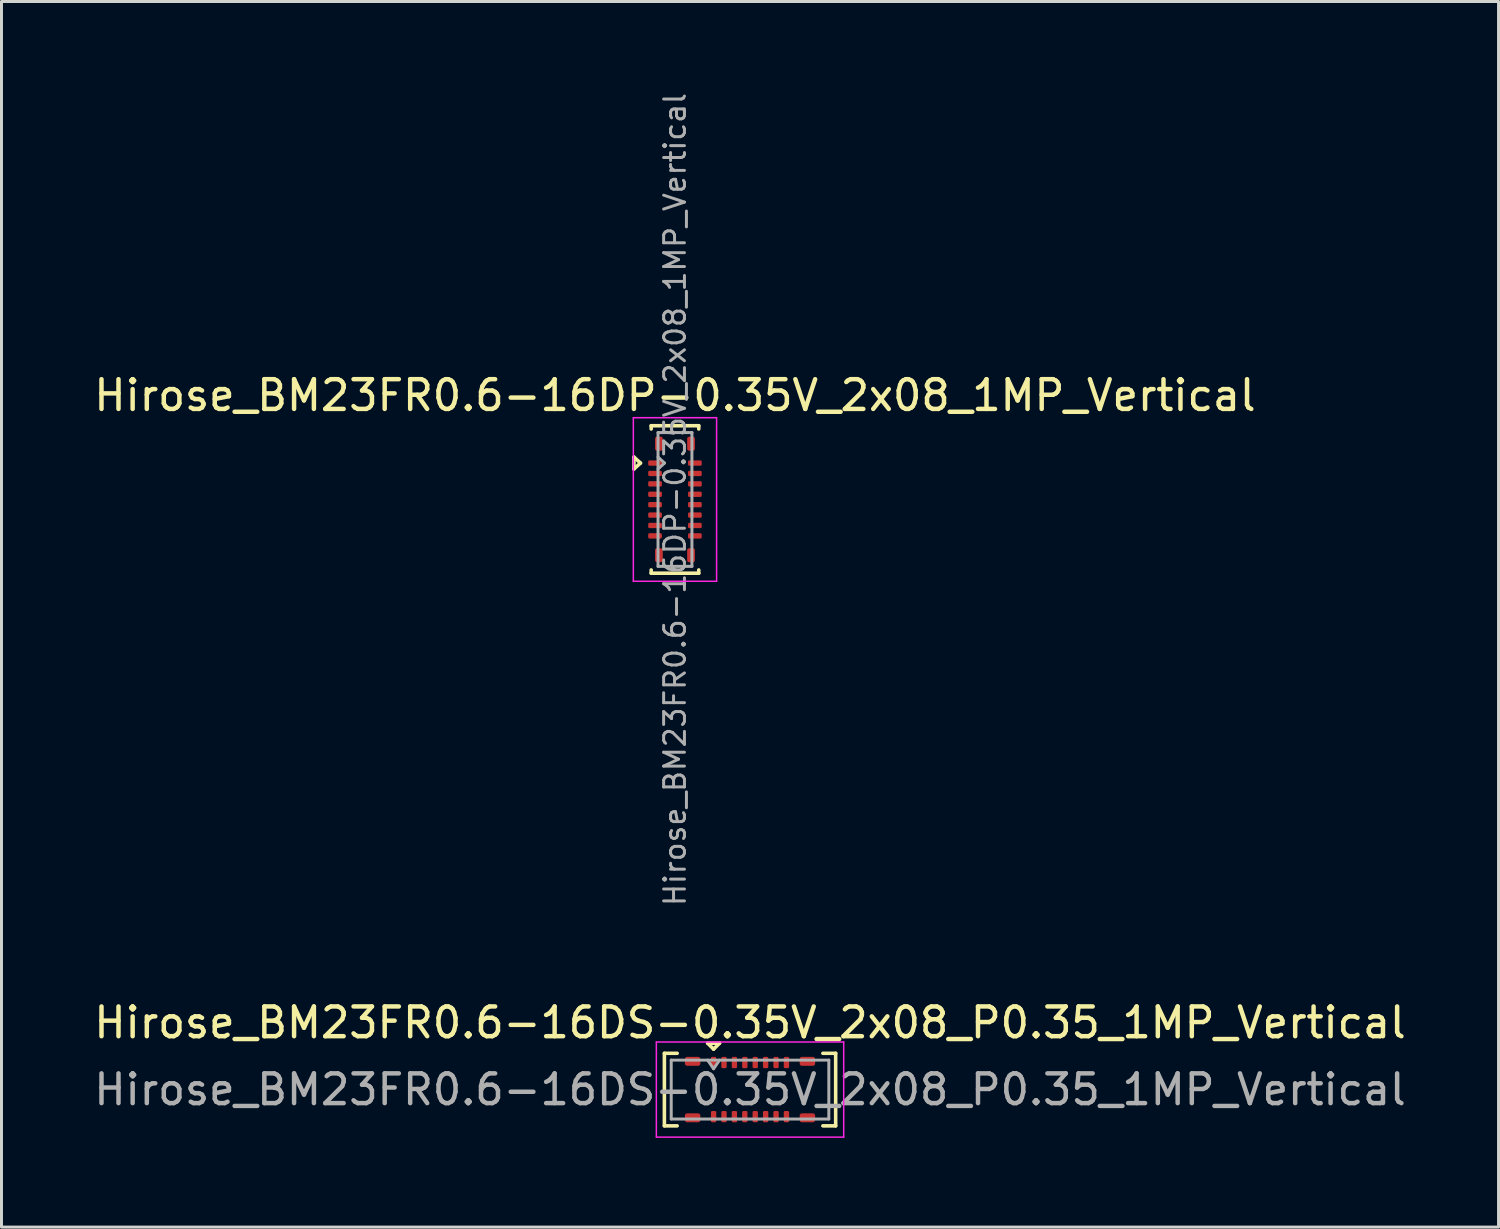
<source format=kicad_pcb>
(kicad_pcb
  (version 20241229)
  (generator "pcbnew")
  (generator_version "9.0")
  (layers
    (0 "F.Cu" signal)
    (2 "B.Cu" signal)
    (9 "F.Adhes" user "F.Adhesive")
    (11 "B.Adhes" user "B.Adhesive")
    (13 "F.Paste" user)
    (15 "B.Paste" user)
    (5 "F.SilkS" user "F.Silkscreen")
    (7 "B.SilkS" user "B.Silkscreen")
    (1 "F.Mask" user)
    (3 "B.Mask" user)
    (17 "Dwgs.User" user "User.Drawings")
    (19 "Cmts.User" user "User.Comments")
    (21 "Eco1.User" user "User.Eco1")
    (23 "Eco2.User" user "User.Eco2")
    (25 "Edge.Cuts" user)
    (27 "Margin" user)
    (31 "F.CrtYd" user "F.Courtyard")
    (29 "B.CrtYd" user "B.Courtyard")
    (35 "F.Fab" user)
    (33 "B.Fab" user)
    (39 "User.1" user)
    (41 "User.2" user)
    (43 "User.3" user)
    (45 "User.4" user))
  (footprint "Hirose_BM23FR0.6-16DS-0.35V_2x08_P0.35_1MP_Vertical"
    (layer "F.Cu")
    (at 22.173 33.592)
    (property "Reference" "Hirose_BM23FR0.6-16DS-0.35V_2x08_P0.35_1MP_Vertical" (at 0 -2.25 0) (layer "F.SilkS") (effects (font (size 1 1) (thickness 0.15))))
    (attr smd)
    (fp_line (start -2.88 -1.22) (end -2.88 1.22) (stroke (width 0.12) (type solid)) (layer "F.SilkS"))
    (fp_line (start -2.88 1.22) (end -2.45 1.22) (stroke (width 0.12) (type solid)) (layer "F.SilkS"))
    (fp_line (start -2.45 -1.22) (end -2.88 -1.22) (stroke (width 0.12) (type solid)) (layer "F.SilkS"))
    (fp_line (start -1.425 -1.56) (end -1.225 -1.36) (stroke (width 0.12) (type solid)) (layer "F.SilkS"))
    (fp_line (start -1.425 -1.56) (end -1.025 -1.56) (stroke (width 0.12) (type solid)) (layer "F.SilkS"))
    (fp_line (start -1.225 -1.36) (end -1.025 -1.56) (stroke (width 0.12) (type solid)) (layer "F.SilkS"))
    (fp_line (start 2.45 -1.22) (end 2.88 -1.22) (stroke (width 0.12) (type solid)) (layer "F.SilkS"))
    (fp_line (start 2.88 -1.22) (end 2.88 1.22) (stroke (width 0.12) (type solid)) (layer "F.SilkS"))
    (fp_line (start 2.88 1.22) (end 2.45 1.22) (stroke (width 0.12) (type solid)) (layer "F.SilkS"))
    (fp_line (start -3.15 -1.6) (end 3.15 -1.6) (stroke (width 0.05) (type solid)) (layer "F.CrtYd"))
    (fp_line (start -3.15 1.6) (end -3.15 -1.6) (stroke (width 0.05) (type solid)) (layer "F.CrtYd"))
    (fp_line (start 3.15 -1.6) (end 3.15 1.6) (stroke (width 0.05) (type solid)) (layer "F.CrtYd"))
    (fp_line (start 3.15 1.6) (end -3.15 1.6) (stroke (width 0.05) (type solid)) (layer "F.CrtYd"))
    (fp_line (start -2.65 -0.99) (end 2.65 -0.99) (stroke (width 0.1) (type solid)) (layer "F.Fab"))
    (fp_line (start -2.65 0.99) (end -2.65 -0.99) (stroke (width 0.1) (type solid)) (layer "F.Fab"))
    (fp_line (start -1.425 -0.99) (end -1.225 -0.7) (stroke (width 0.1) (type solid)) (layer "F.Fab"))
    (fp_line (start -1.225 -0.7) (end -1.025 -0.99) (stroke (width 0.1) (type solid)) (layer "F.Fab"))
    (fp_line (start 2.65 -0.99) (end 2.65 0.99) (stroke (width 0.1) (type solid)) (layer "F.Fab"))
    (fp_line (start 2.65 0.99) (end -2.65 0.99) (stroke (width 0.1) (type solid)) (layer "F.Fab"))
    (fp_text user "${REFERENCE}" (at 0 0 0) (layer "F.Fab") (effects (font (size 1 1) (thickness 0.15))))
    (pad "1" smd roundrect (at -1.225 -0.91) (size 0.18 0.38) (layers "F.Cu" "F.Mask" "F.Paste") (roundrect_rratio 0.25))
    (pad "2" smd roundrect (at -1.225 0.91) (size 0.18 0.38) (layers "F.Cu" "F.Mask" "F.Paste") (roundrect_rratio 0.25))
    (pad "3" smd roundrect (at -0.875 -0.91) (size 0.18 0.38) (layers "F.Cu" "F.Mask" "F.Paste") (roundrect_rratio 0.25))
    (pad "4" smd roundrect (at -0.875 0.91) (size 0.18 0.38) (layers "F.Cu" "F.Mask" "F.Paste") (roundrect_rratio 0.25))
    (pad "5" smd roundrect (at -0.525 -0.91) (size 0.18 0.38) (layers "F.Cu" "F.Mask" "F.Paste") (roundrect_rratio 0.25))
    (pad "6" smd roundrect (at -0.525 0.91) (size 0.18 0.38) (layers "F.Cu" "F.Mask" "F.Paste") (roundrect_rratio 0.25))
    (pad "7" smd roundrect (at -0.175 -0.91) (size 0.18 0.38) (layers "F.Cu" "F.Mask" "F.Paste") (roundrect_rratio 0.25))
    (pad "8" smd roundrect (at -0.175 0.91) (size 0.18 0.38) (layers "F.Cu" "F.Mask" "F.Paste") (roundrect_rratio 0.25))
    (pad "9" smd roundrect (at 0.175 -0.91) (size 0.18 0.38) (layers "F.Cu" "F.Mask" "F.Paste") (roundrect_rratio 0.25))
    (pad "10" smd roundrect (at 0.175 0.91) (size 0.18 0.38) (layers "F.Cu" "F.Mask" "F.Paste") (roundrect_rratio 0.25))
    (pad "11" smd roundrect (at 0.525 -0.91) (size 0.18 0.38) (layers "F.Cu" "F.Mask" "F.Paste") (roundrect_rratio 0.25))
    (pad "12" smd roundrect (at 0.525 0.91) (size 0.18 0.38) (layers "F.Cu" "F.Mask" "F.Paste") (roundrect_rratio 0.25))
    (pad "13" smd roundrect (at 0.875 -0.91) (size 0.18 0.38) (layers "F.Cu" "F.Mask" "F.Paste") (roundrect_rratio 0.25))
    (pad "14" smd roundrect (at 0.875 0.91) (size 0.18 0.38) (layers "F.Cu" "F.Mask" "F.Paste") (roundrect_rratio 0.25))
    (pad "15" smd roundrect (at 1.225 -0.91) (size 0.18 0.38) (layers "F.Cu" "F.Mask" "F.Paste") (roundrect_rratio 0.25))
    (pad "16" smd roundrect (at 1.225 0.91) (size 0.18 0.38) (layers "F.Cu" "F.Mask" "F.Paste") (roundrect_rratio 0.25))
    (pad "MP" smd roundrect (at -1.93 -0.95) (size 0.52 0.3) (layers "F.Cu" "F.Mask" "F.Paste") (roundrect_rratio 0.25))
    (pad "MP" smd roundrect (at -1.93 0.95) (size 0.52 0.3) (layers "F.Cu" "F.Mask" "F.Paste") (roundrect_rratio 0.25))
    (pad "MP" smd roundrect (at 1.93 -0.95) (size 0.52 0.3) (layers "F.Cu" "F.Mask" "F.Paste") (roundrect_rratio 0.25))
    (pad "MP" smd roundrect (at 1.93 0.95) (size 0.52 0.3) (layers "F.Cu" "F.Mask" "F.Paste") (roundrect_rratio 0.25))
    (zone (net_name "") (layer "F.Cu") (hatch edge 0.508) (connect_pads) (min_thickness 0.254) (filled_areas_thickness no) (keepout (tracks not_allowed) (vias not_allowed) (pads not_allowed) (copperpour not_allowed) (footprints allowed)) (placement (enabled no)) (fill) (polygon (pts (xy 23.593 32.922) (xy 23.593 33.442) (xy 20.753 33.442) (xy 20.753 32.922))))
    (zone (net_name "") (layer "F.Cu") (hatch edge 0.508) (connect_pads) (min_thickness 0.254) (filled_areas_thickness no) (keepout (tracks not_allowed) (vias not_allowed) (pads not_allowed) (copperpour not_allowed) (footprints allowed)) (placement (enabled no)) (fill) (polygon (pts (xy 23.593 33.742) (xy 23.593 34.262) (xy 20.753 34.262) (xy 20.753 33.742)))))
  (footprint "Hirose_BM23FR0.6-16DP-0.35V_2x08_1MP_Vertical"
    (layer "F.Cu")
    (at 19.649 13.747)
    (property "Reference" "Hirose_BM23FR0.6-16DP-0.35V_2x08_1MP_Vertical" (at 0 -3.5 0) (layer "F.SilkS") (effects (font (size 1 1) (thickness 0.15))))
    (attr smd)
    (fp_line (start -1.38 -1.425) (end -1.38 -1.025) (stroke (width 0.12) (type solid)) (layer "F.SilkS"))
    (fp_line (start -1.16 -1.225) (end -1.38 -1.425) (stroke (width 0.12) (type solid)) (layer "F.SilkS"))
    (fp_line (start -1.16 -1.225) (end -1.38 -1.025) (stroke (width 0.12) (type solid)) (layer "F.SilkS"))
    (fp_line (start -0.8 -2.48) (end -0.8 -2.37) (stroke (width 0.12) (type solid)) (layer "F.SilkS"))
    (fp_line (start -0.8 -2.48) (end 0.8 -2.48) (stroke (width 0.12) (type solid)) (layer "F.SilkS"))
    (fp_line (start -0.8 2.37) (end -0.8 2.48) (stroke (width 0.12) (type solid)) (layer "F.SilkS"))
    (fp_line (start -0.8 2.48) (end 0.8 2.48) (stroke (width 0.12) (type solid)) (layer "F.SilkS"))
    (fp_line (start 0.8 -2.37) (end 0.8 -2.48) (stroke (width 0.12) (type solid)) (layer "F.SilkS"))
    (fp_line (start 0.8 2.48) (end 0.8 2.37) (stroke (width 0.12) (type solid)) (layer "F.SilkS"))
    (fp_line (start -1.4 -2.75) (end 1.4 -2.75) (stroke (width 0.05) (type solid)) (layer "F.CrtYd"))
    (fp_line (start -1.4 2.75) (end -1.4 -2.75) (stroke (width 0.05) (type solid)) (layer "F.CrtYd"))
    (fp_line (start 1.4 -2.75) (end 1.4 2.75) (stroke (width 0.05) (type solid)) (layer "F.CrtYd"))
    (fp_line (start 1.4 2.75) (end -1.4 2.75) (stroke (width 0.05) (type solid)) (layer "F.CrtYd"))
    (fp_line (start -0.57 -2.25) (end 0.57 -2.25) (stroke (width 0.1) (type solid)) (layer "F.Fab"))
    (fp_line (start -0.57 -1.425) (end -0.35 -1.225) (stroke (width 0.1) (type solid)) (layer "F.Fab"))
    (fp_line (start -0.57 2.25) (end -0.57 -2.25) (stroke (width 0.1) (type solid)) (layer "F.Fab"))
    (fp_line (start -0.35 -1.225) (end -0.57 -1.025) (stroke (width 0.1) (type solid)) (layer "F.Fab"))
    (fp_line (start 0.57 -2.25) (end 0.57 2.25) (stroke (width 0.1) (type solid)) (layer "F.Fab"))
    (fp_line (start 0.57 2.25) (end -0.57 2.25) (stroke (width 0.1) (type solid)) (layer "F.Fab"))
    (fp_text user "${REFERENCE}" (at 0 0 90) (layer "F.Fab") (effects (font (size 0.7 0.7) (thickness 0.1))))
    (pad "1" smd roundrect (at -0.67 -1.225 90) (size 0.18 0.46) (layers "F.Cu" "F.Mask" "F.Paste") (roundrect_rratio 0.25))
    (pad "2" smd roundrect (at 0.67 -1.225 90) (size 0.18 0.46) (layers "F.Cu" "F.Mask" "F.Paste") (roundrect_rratio 0.25))
    (pad "3" smd roundrect (at -0.67 -0.875 90) (size 0.18 0.46) (layers "F.Cu" "F.Mask" "F.Paste") (roundrect_rratio 0.25))
    (pad "4" smd roundrect (at 0.67 -0.875 90) (size 0.18 0.46) (layers "F.Cu" "F.Mask" "F.Paste") (roundrect_rratio 0.25))
    (pad "5" smd roundrect (at -0.67 -0.525 90) (size 0.18 0.46) (layers "F.Cu" "F.Mask" "F.Paste") (roundrect_rratio 0.25))
    (pad "6" smd roundrect (at 0.67 -0.525 90) (size 0.18 0.46) (layers "F.Cu" "F.Mask" "F.Paste") (roundrect_rratio 0.25))
    (pad "7" smd roundrect (at -0.67 -0.175 90) (size 0.18 0.46) (layers "F.Cu" "F.Mask" "F.Paste") (roundrect_rratio 0.25))
    (pad "8" smd roundrect (at 0.67 -0.175 90) (size 0.18 0.46) (layers "F.Cu" "F.Mask" "F.Paste") (roundrect_rratio 0.25))
    (pad "9" smd roundrect (at -0.67 0.175 90) (size 0.18 0.46) (layers "F.Cu" "F.Mask" "F.Paste") (roundrect_rratio 0.25))
    (pad "10" smd roundrect (at 0.67 0.175 90) (size 0.18 0.46) (layers "F.Cu" "F.Mask" "F.Paste") (roundrect_rratio 0.25))
    (pad "11" smd roundrect (at -0.67 0.525 90) (size 0.18 0.46) (layers "F.Cu" "F.Mask" "F.Paste") (roundrect_rratio 0.25))
    (pad "12" smd roundrect (at 0.67 0.525 90) (size 0.18 0.46) (layers "F.Cu" "F.Mask" "F.Paste") (roundrect_rratio 0.25))
    (pad "13" smd roundrect (at -0.67 0.875 90) (size 0.18 0.46) (layers "F.Cu" "F.Mask" "F.Paste") (roundrect_rratio 0.25))
    (pad "14" smd roundrect (at 0.67 0.875 90) (size 0.18 0.46) (layers "F.Cu" "F.Mask" "F.Paste") (roundrect_rratio 0.25))
    (pad "15" smd roundrect (at -0.67 1.225 90) (size 0.18 0.46) (layers "F.Cu" "F.Mask" "F.Paste") (roundrect_rratio 0.25))
    (pad "16" smd roundrect (at 0.67 1.225 90) (size 0.18 0.46) (layers "F.Cu" "F.Mask" "F.Paste") (roundrect_rratio 0.25))
    (pad "MP" smd roundrect (at -0.54 -1.875 90) (size 0.47 0.26) (layers "F.Cu" "F.Mask" "F.Paste") (roundrect_rratio 0.25))
    (pad "MP" smd roundrect (at -0.54 1.875 90) (size 0.47 0.26) (layers "F.Cu" "F.Mask" "F.Paste") (roundrect_rratio 0.25))
    (pad "MP" smd roundrect (at 0.54 -1.875 90) (size 0.47 0.26) (layers "F.Cu" "F.Mask" "F.Paste") (roundrect_rratio 0.25))
    (pad "MP" smd roundrect (at 0.54 1.875 90) (size 0.47 0.26) (layers "F.Cu" "F.Mask" "F.Paste") (roundrect_rratio 0.25))
    (zone (net_name "") (layer "F.Cu") (hatch edge 0.508) (connect_pads) (min_thickness 0.254) (filled_areas_thickness no) (keepout (tracks not_allowed) (vias not_allowed) (pads not_allowed) (copperpour not_allowed) (footprints allowed)) (placement (enabled no)) (fill) (polygon (pts (xy 20.649 12.167) (xy 18.649 12.167) (xy 18.649 11.097) (xy 20.649 11.097))))
    (zone (net_name "") (layer "F.Cu") (hatch edge 0.508) (connect_pads) (min_thickness 0.254) (filled_areas_thickness no) (keepout (tracks not_allowed) (vias not_allowed) (pads not_allowed) (copperpour not_allowed) (footprints allowed)) (placement (enabled no)) (fill) (polygon (pts (xy 20.649 16.397) (xy 18.649 16.397) (xy 18.649 15.327) (xy 20.649 15.327)))))
  (gr_rect
    (start -3 -3)
    (end 47.345 38.217)
    (stroke (width 0.1) (type default))
    (fill no)
    (layer "Edge.Cuts")))
</source>
